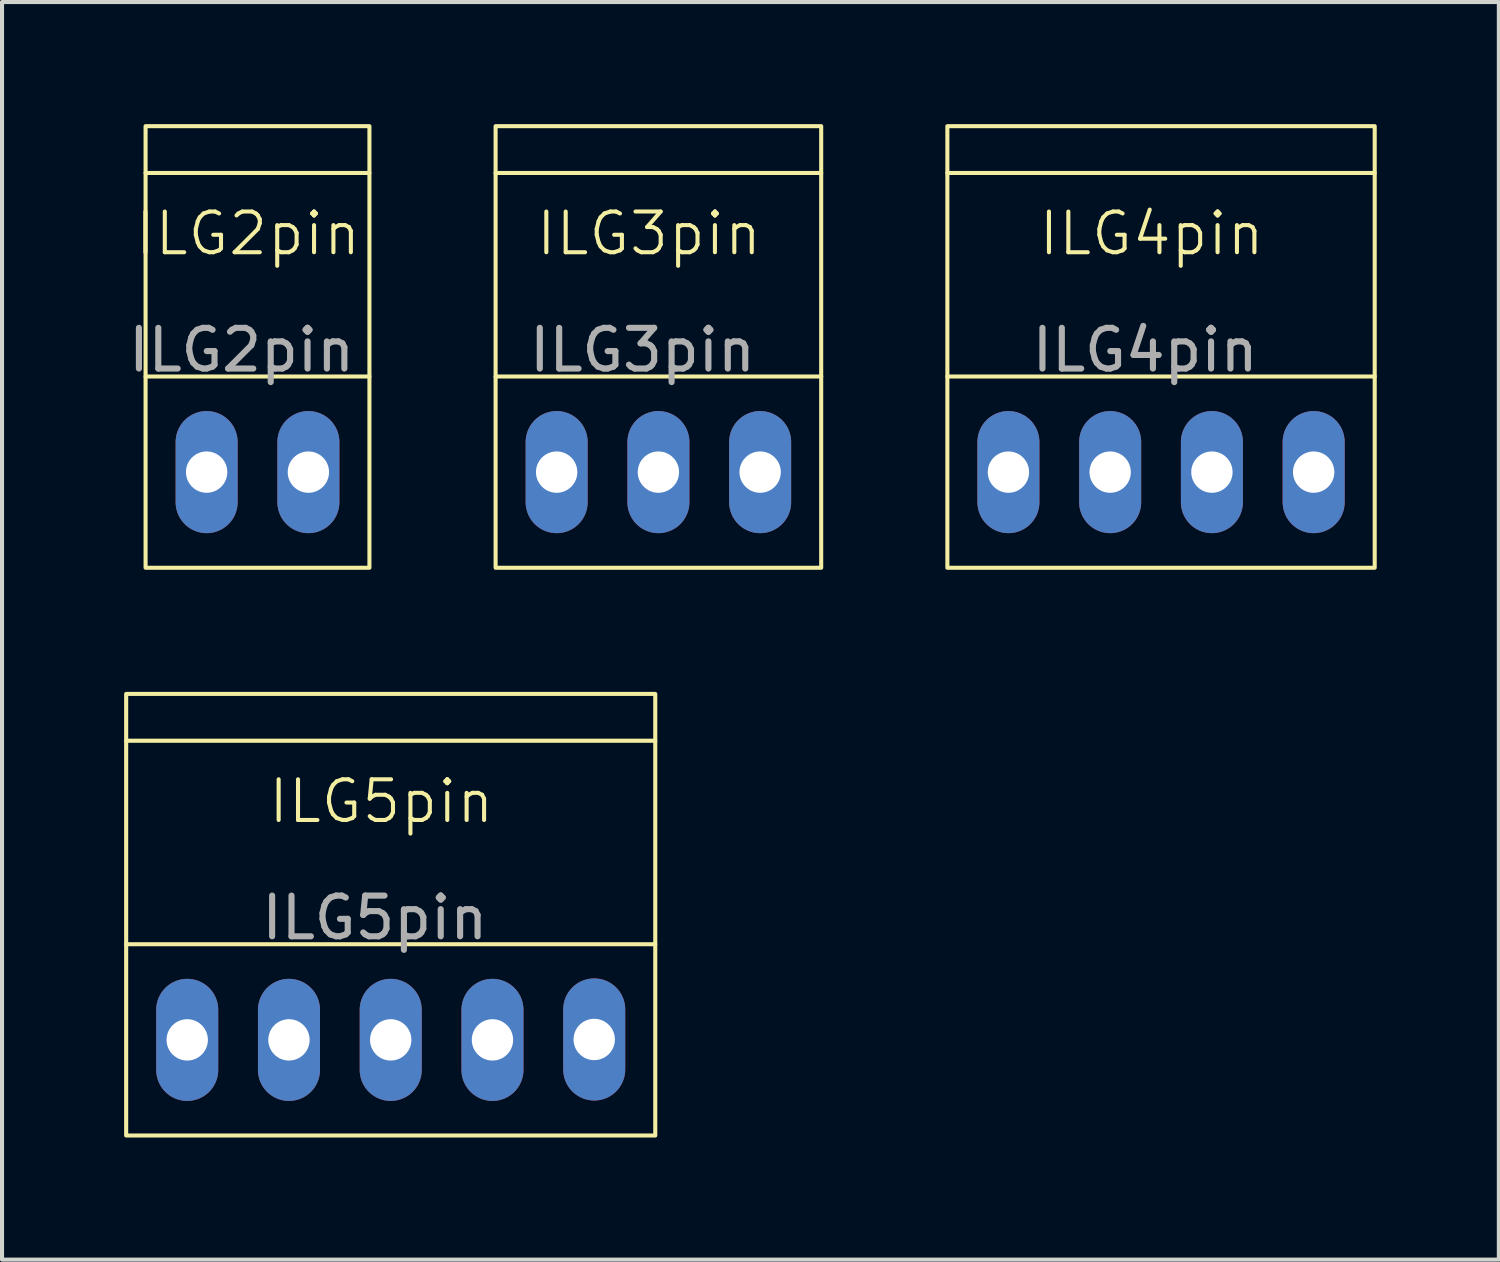
<source format=kicad_pcb>
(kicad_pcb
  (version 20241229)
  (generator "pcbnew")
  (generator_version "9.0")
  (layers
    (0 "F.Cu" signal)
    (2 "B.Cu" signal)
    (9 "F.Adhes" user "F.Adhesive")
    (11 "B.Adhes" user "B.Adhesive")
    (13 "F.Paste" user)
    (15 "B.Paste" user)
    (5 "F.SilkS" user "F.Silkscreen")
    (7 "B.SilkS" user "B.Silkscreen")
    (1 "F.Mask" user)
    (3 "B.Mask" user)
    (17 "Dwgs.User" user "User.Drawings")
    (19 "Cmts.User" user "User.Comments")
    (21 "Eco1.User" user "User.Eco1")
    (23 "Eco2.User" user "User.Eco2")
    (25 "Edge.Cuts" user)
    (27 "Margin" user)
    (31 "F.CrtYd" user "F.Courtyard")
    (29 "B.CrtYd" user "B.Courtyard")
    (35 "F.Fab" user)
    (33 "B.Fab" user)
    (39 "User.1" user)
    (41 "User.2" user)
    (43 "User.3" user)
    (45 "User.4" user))
  (footprint "ILG4pin"
    (layer "F.Cu")
    (at 25.477 8.55)
    (property "Reference" "ILG4pin" (at -0.23 -5.86 0) (unlocked yes) (layer "F.SilkS") (effects (font (size 1 1) (thickness 0.1))))
    (attr through_hole)
    (fp_line (start 5.25 -7.35) (end -5.25 -7.35) (stroke (width 0.1) (type default)) (layer "F.SilkS"))
    (fp_line (start 5.25 -2.35) (end -5.25 -2.35) (stroke (width 0.1) (type default)) (layer "F.SilkS"))
    (fp_rect (start -5.25 2.35) (end 5.25 -8.5) (stroke (width 0.1) (type default)) (fill no) (layer "F.SilkS"))
    (fp_text user "${REFERENCE}" (at -0.39 -3 0) (unlocked yes) (layer "F.Fab") (effects (font (size 1 1) (thickness 0.15))))
    (pad "1" thru_hole oval (at -3.75 0 270) (size 3 1.524) (drill 1.016) (layers "*.Cu" "*.Mask"))
    (pad "2" thru_hole oval (at -1.25 0 270) (size 3 1.524) (drill 1.016) (layers "*.Cu" "*.Mask"))
    (pad "3" thru_hole oval (at 1.25 0 270) (size 3 1.524) (drill 1.016) (layers "*.Cu" "*.Mask"))
    (pad "4" thru_hole oval (at 3.75 0 270) (size 3 1.524) (drill 1.016) (layers "*.Cu" "*.Mask")))
  (footprint "ILG5pin"
    (layer "F.Cu")
    (at 6.55 22.5)
    (property "Reference" "ILG5pin" (at -0.23 -5.86 0) (unlocked yes) (layer "F.SilkS") (effects (font (size 1 1) (thickness 0.1))))
    (attr through_hole)
    (fp_line (start 6.5 -7.35) (end -6.5 -7.35) (stroke (width 0.1) (type default)) (layer "F.SilkS"))
    (fp_line (start 6.5 -2.35) (end -6.5 -2.35) (stroke (width 0.1) (type default)) (layer "F.SilkS"))
    (fp_rect (start -6.5 2.35) (end 6.5 -8.5) (stroke (width 0.1) (type default)) (fill no) (layer "F.SilkS"))
    (fp_text user "${REFERENCE}" (at -0.39 -3 0) (unlocked yes) (layer "F.Fab") (effects (font (size 1 1) (thickness 0.15))))
    (pad "1" thru_hole oval (at -5 0 270) (size 3 1.524) (drill 1.016) (layers "*.Cu" "*.Mask"))
    (pad "2" thru_hole oval (at -2.5 0 270) (size 3 1.524) (drill 1.016) (layers "*.Cu" "*.Mask"))
    (pad "3" thru_hole oval (at 0 0 270) (size 3 1.524) (drill 1.016) (layers "*.Cu" "*.Mask"))
    (pad "4" thru_hole oval (at 2.5 0 270) (size 3 1.524) (drill 1.016) (layers "*.Cu" "*.Mask"))
    (pad "5" thru_hole oval (at 5 -0.01 270) (size 3 1.524) (drill 1.016) (layers "*.Cu" "*.Mask")))
  (footprint "ILG2pin"
    (layer "F.Cu")
    (at 3.277 8.55)
    (property "Reference" "ILG2pin" (at -0.23 -5.86 0) (unlocked yes) (layer "F.SilkS") (effects (font (size 1 1) (thickness 0.1))))
    (attr through_hole)
    (fp_line (start 2.75 -7.35) (end -2.75 -7.35) (stroke (width 0.1) (type default)) (layer "F.SilkS"))
    (fp_line (start 2.75 -2.35) (end -2.75 -2.35) (stroke (width 0.1) (type default)) (layer "F.SilkS"))
    (fp_rect (start -2.75 2.35) (end 2.75 -8.5) (stroke (width 0.1) (type default)) (fill no) (layer "F.SilkS"))
    (fp_text user "${REFERENCE}" (at -0.39 -3 0) (unlocked yes) (layer "F.Fab") (effects (font (size 1 1) (thickness 0.15))))
    (pad "1" thru_hole oval (at -1.25 0 270) (size 3 1.524) (drill 1.016) (layers "*.Cu" "*.Mask"))
    (pad "2" thru_hole oval (at 1.25 0 270) (size 3 1.524) (drill 1.016) (layers "*.Cu" "*.Mask")))
  (footprint "ILG3pin"
    (layer "F.Cu")
    (at 13.127 8.55)
    (property "Reference" "ILG3pin" (at -0.23 -5.86 0) (unlocked yes) (layer "F.SilkS") (effects (font (size 1 1) (thickness 0.1))))
    (attr through_hole)
    (fp_line (start 4 -7.35) (end -4 -7.35) (stroke (width 0.1) (type default)) (layer "F.SilkS"))
    (fp_line (start 4 -2.35) (end -4 -2.35) (stroke (width 0.1) (type default)) (layer "F.SilkS"))
    (fp_rect (start -4 2.35) (end 4 -8.5) (stroke (width 0.1) (type default)) (fill no) (layer "F.SilkS"))
    (fp_text user "${REFERENCE}" (at -0.39 -3 0) (unlocked yes) (layer "F.Fab") (effects (font (size 1 1) (thickness 0.15))))
    (pad "1" thru_hole oval (at -2.5 0 270) (size 3 1.524) (drill 1.016) (layers "*.Cu" "*.Mask"))
    (pad "2" thru_hole oval (at 0 0 270) (size 3 1.524) (drill 1.016) (layers "*.Cu" "*.Mask"))
    (pad "3" thru_hole oval (at 2.5 0 270) (size 3 1.524) (drill 1.016) (layers "*.Cu" "*.Mask")))
  (gr_rect
    (start -3 -3)
    (end 33.777 27.9)
    (stroke (width 0.1) (type default))
    (fill no)
    (layer "Edge.Cuts")))
</source>
